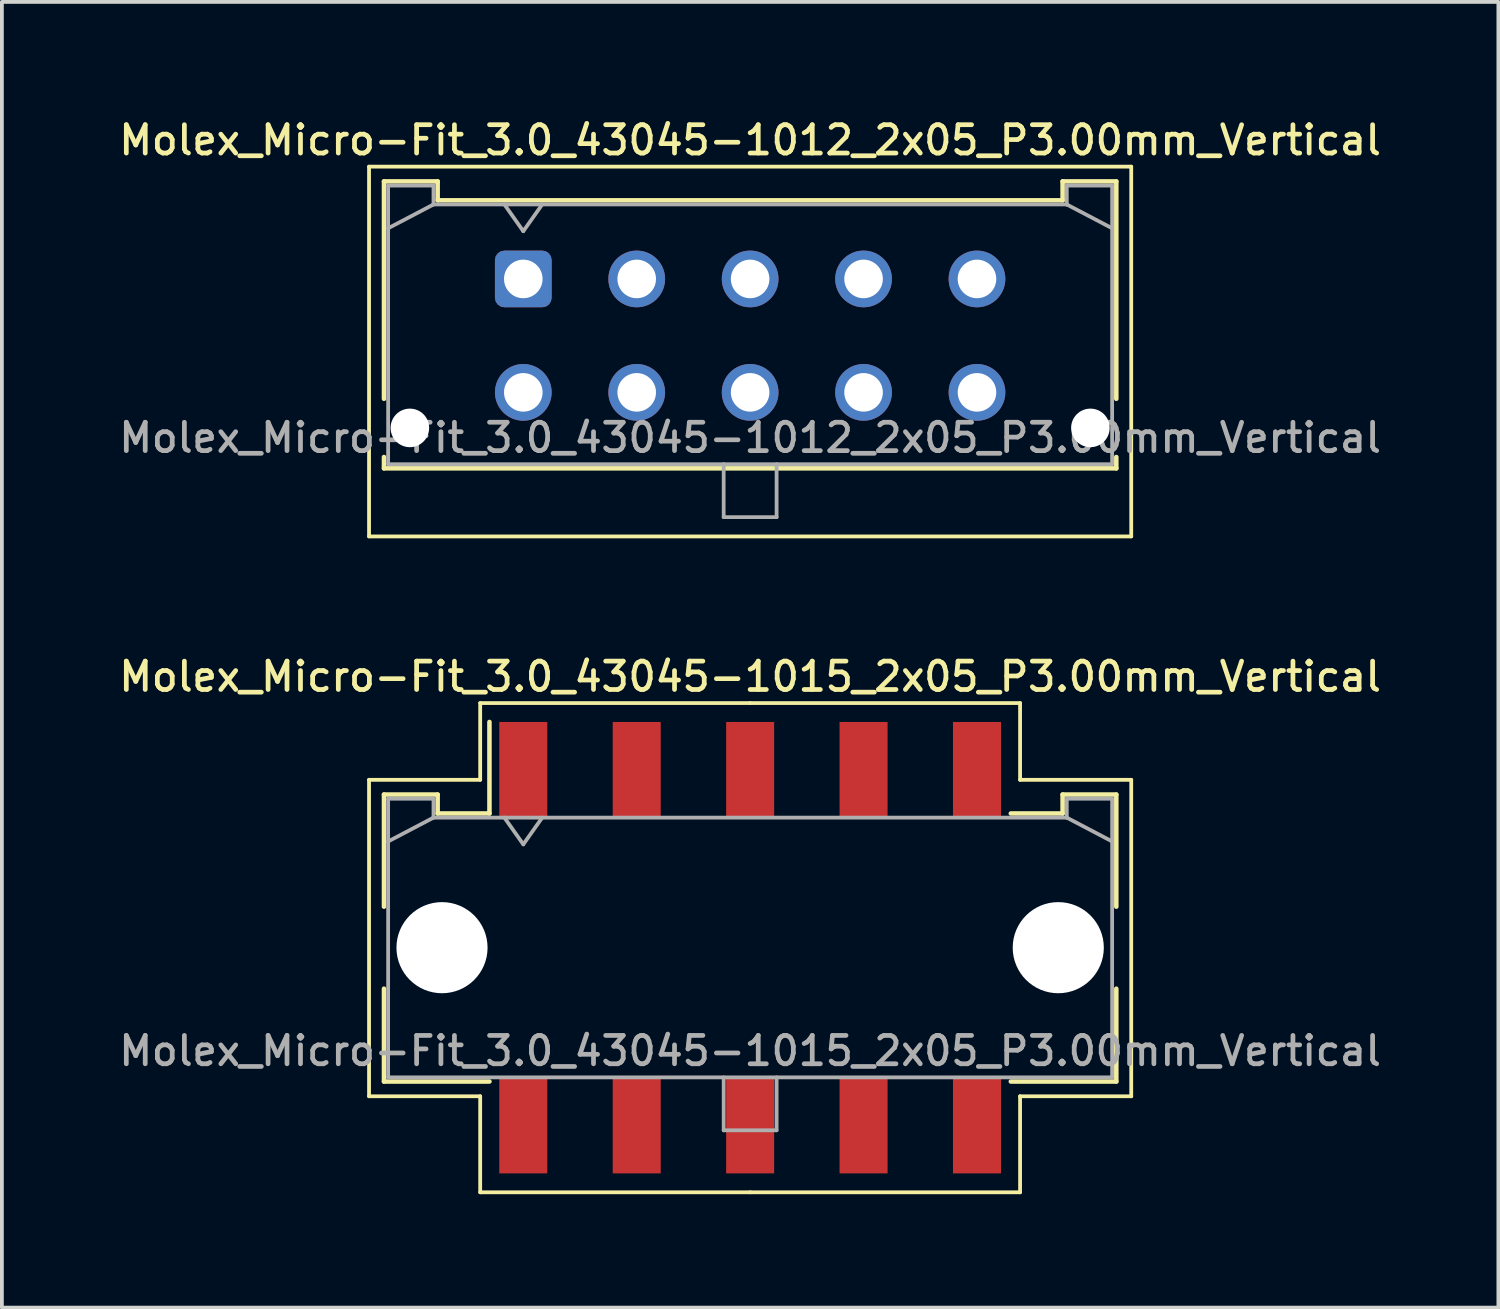
<source format=kicad_pcb>
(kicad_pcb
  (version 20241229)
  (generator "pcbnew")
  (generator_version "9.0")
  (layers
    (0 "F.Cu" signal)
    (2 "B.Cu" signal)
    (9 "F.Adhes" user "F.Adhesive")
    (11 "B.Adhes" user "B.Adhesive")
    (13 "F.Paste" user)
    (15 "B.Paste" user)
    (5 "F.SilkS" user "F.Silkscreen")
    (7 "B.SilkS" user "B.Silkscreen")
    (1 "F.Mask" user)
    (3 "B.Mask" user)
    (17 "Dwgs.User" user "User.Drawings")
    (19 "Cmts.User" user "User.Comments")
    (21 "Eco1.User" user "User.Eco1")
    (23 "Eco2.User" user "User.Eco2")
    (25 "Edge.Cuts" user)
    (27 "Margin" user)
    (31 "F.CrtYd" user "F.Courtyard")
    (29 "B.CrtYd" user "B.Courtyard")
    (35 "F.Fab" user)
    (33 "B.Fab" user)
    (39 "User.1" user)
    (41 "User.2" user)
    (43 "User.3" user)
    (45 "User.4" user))
  (footprint "Molex_Micro-Fit_3.0_43045-1015_2x05_P3.00mm_Vertical"
    (layer "F.Cu")
    (at 16.791 22.016)
    (property "Reference" "Molex_Micro-Fit_3.0_43045-1015_2x05_P3.00mm_Vertical" (at 0 -7.17 0) (layer "F.SilkS") (effects (font (size 0.75 0.75) (thickness 0.125))))
    (attr smd)
    (fp_line (start -10.08 -4.44) (end -10.08 3.93) (stroke (width 0.1) (type solid)) (layer "F.SilkS"))
    (fp_line (start -10.08 3.93) (end -7.14 3.93) (stroke (width 0.1) (type solid)) (layer "F.SilkS"))
    (fp_line (start -9.685 -4.05) (end -8.265 -4.05) (stroke (width 0.12) (type solid)) (layer "F.SilkS"))
    (fp_line (start -9.685 -1.085) (end -9.685 -4.05) (stroke (width 0.12) (type solid)) (layer "F.SilkS"))
    (fp_line (start -9.685 1.085) (end -9.685 3.54) (stroke (width 0.12) (type solid)) (layer "F.SilkS"))
    (fp_line (start -9.685 3.54) (end -6.895 3.54) (stroke (width 0.12) (type solid)) (layer "F.SilkS"))
    (fp_line (start -8.265 -4.05) (end -8.265 -3.55) (stroke (width 0.12) (type solid)) (layer "F.SilkS"))
    (fp_line (start -8.265 -3.55) (end -6.895 -3.55) (stroke (width 0.12) (type solid)) (layer "F.SilkS"))
    (fp_line (start -7.14 -6.47) (end -7.14 -4.44) (stroke (width 0.1) (type solid)) (layer "F.SilkS"))
    (fp_line (start -7.14 -4.44) (end -10.08 -4.44) (stroke (width 0.1) (type solid)) (layer "F.SilkS"))
    (fp_line (start -7.14 3.93) (end -7.14 6.47) (stroke (width 0.1) (type solid)) (layer "F.SilkS"))
    (fp_line (start -7.14 6.47) (end 0 6.47) (stroke (width 0.1) (type solid)) (layer "F.SilkS"))
    (fp_line (start -6.895 -3.55) (end -6.895 -5.97) (stroke (width 0.12) (type solid)) (layer "F.SilkS"))
    (fp_line (start 0 -6.47) (end -7.14 -6.47) (stroke (width 0.1) (type solid)) (layer "F.SilkS"))
    (fp_line (start 0 -6.47) (end 7.14 -6.47) (stroke (width 0.1) (type solid)) (layer "F.SilkS"))
    (fp_line (start 7.14 -6.47) (end 7.14 -4.44) (stroke (width 0.1) (type solid)) (layer "F.SilkS"))
    (fp_line (start 7.14 -4.44) (end 10.08 -4.44) (stroke (width 0.1) (type solid)) (layer "F.SilkS"))
    (fp_line (start 7.14 3.93) (end 7.14 6.47) (stroke (width 0.1) (type solid)) (layer "F.SilkS"))
    (fp_line (start 7.14 6.47) (end 0 6.47) (stroke (width 0.1) (type solid)) (layer "F.SilkS"))
    (fp_line (start 8.265 -4.05) (end 8.265 -3.55) (stroke (width 0.12) (type solid)) (layer "F.SilkS"))
    (fp_line (start 8.265 -3.55) (end 6.895 -3.55) (stroke (width 0.12) (type solid)) (layer "F.SilkS"))
    (fp_line (start 9.685 -4.05) (end 8.265 -4.05) (stroke (width 0.12) (type solid)) (layer "F.SilkS"))
    (fp_line (start 9.685 -1.085) (end 9.685 -4.05) (stroke (width 0.12) (type solid)) (layer "F.SilkS"))
    (fp_line (start 9.685 1.085) (end 9.685 3.54) (stroke (width 0.12) (type solid)) (layer "F.SilkS"))
    (fp_line (start 9.685 3.54) (end 6.895 3.54) (stroke (width 0.12) (type solid)) (layer "F.SilkS"))
    (fp_line (start 10.08 -4.44) (end 10.08 3.93) (stroke (width 0.1) (type solid)) (layer "F.SilkS"))
    (fp_line (start 10.08 3.93) (end 7.14 3.93) (stroke (width 0.1) (type solid)) (layer "F.SilkS"))
    (fp_line (start -9.575 -3.94) (end -9.575 3.43) (stroke (width 0.1) (type solid)) (layer "F.Fab"))
    (fp_line (start -9.575 -2.81) (end -8.375 -3.44) (stroke (width 0.1) (type solid)) (layer "F.Fab"))
    (fp_line (start -9.575 3.43) (end 9.575 3.43) (stroke (width 0.1) (type solid)) (layer "F.Fab"))
    (fp_line (start -8.375 -3.94) (end -9.575 -3.94) (stroke (width 0.1) (type solid)) (layer "F.Fab"))
    (fp_line (start -8.375 -3.44) (end -8.375 -3.94) (stroke (width 0.1) (type solid)) (layer "F.Fab"))
    (fp_line (start -6.5 -3.44) (end -6 -2.733) (stroke (width 0.1) (type solid)) (layer "F.Fab"))
    (fp_line (start -6 -2.733) (end -5.5 -3.44) (stroke (width 0.1) (type solid)) (layer "F.Fab"))
    (fp_line (start -0.7 3.43) (end -0.7 4.83) (stroke (width 0.1) (type solid)) (layer "F.Fab"))
    (fp_line (start -0.7 4.83) (end 0.7 4.83) (stroke (width 0.1) (type solid)) (layer "F.Fab"))
    (fp_line (start 0.7 4.83) (end 0.7 3.43) (stroke (width 0.1) (type solid)) (layer "F.Fab"))
    (fp_line (start 8.375 -3.94) (end 8.375 -3.44) (stroke (width 0.1) (type solid)) (layer "F.Fab"))
    (fp_line (start 8.375 -3.44) (end -8.375 -3.44) (stroke (width 0.1) (type solid)) (layer "F.Fab"))
    (fp_line (start 9.575 -3.94) (end 8.375 -3.94) (stroke (width 0.1) (type solid)) (layer "F.Fab"))
    (fp_line (start 9.575 -2.81) (end 8.375 -3.44) (stroke (width 0.1) (type solid)) (layer "F.Fab"))
    (fp_line (start 9.575 3.43) (end 9.575 -3.94) (stroke (width 0.1) (type solid)) (layer "F.Fab"))
    (fp_text user "${REFERENCE}" (at 0 2.73 0) (layer "F.Fab") (effects (font (size 0.75 0.75) (thickness 0.125))))
    (pad "" np_thru_hole circle (at -8.15 0) (size 2.41 2.41) (drill 2.41) (layers "*.Cu" "*.Mask"))
    (pad "" np_thru_hole circle (at 8.15 0) (size 2.41 2.41) (drill 2.41) (layers "*.Cu" "*.Mask"))
    (pad "1" smd rect (at -6 -4.7) (size 1.27 2.54) (layers "F.Cu" "F.Mask" "F.Paste"))
    (pad "2" smd rect (at -3 -4.7) (size 1.27 2.54) (layers "F.Cu" "F.Mask" "F.Paste"))
    (pad "3" smd rect (at 0 -4.7) (size 1.27 2.54) (layers "F.Cu" "F.Mask" "F.Paste"))
    (pad "4" smd rect (at 3 -4.7) (size 1.27 2.54) (layers "F.Cu" "F.Mask" "F.Paste"))
    (pad "5" smd rect (at 6 -4.7) (size 1.27 2.54) (layers "F.Cu" "F.Mask" "F.Paste"))
    (pad "6" smd rect (at -6 4.7) (size 1.27 2.54) (layers "F.Cu" "F.Mask" "F.Paste"))
    (pad "7" smd rect (at -3 4.7) (size 1.27 2.54) (layers "F.Cu" "F.Mask" "F.Paste"))
    (pad "8" smd rect (at 0 4.7) (size 1.27 2.54) (layers "F.Cu" "F.Mask" "F.Paste"))
    (pad "9" smd rect (at 3 4.7) (size 1.27 2.54) (layers "F.Cu" "F.Mask" "F.Paste"))
    (pad "10" smd rect (at 6 4.7) (size 1.27 2.54) (layers "F.Cu" "F.Mask" "F.Paste")))
  (footprint "Molex_Micro-Fit_3.0_43045-1012_2x05_P3.00mm_Vertical"
    (layer "F.Cu")
    (at 10.791 4.328)
    (property "Reference" "Molex_Micro-Fit_3.0_43045-1012_2x05_P3.00mm_Vertical" (at 6 -3.67 0) (layer "F.SilkS") (effects (font (size 0.75 0.75) (thickness 0.125))))
    (attr through_hole)
    (fp_line (start -4.08 -2.97) (end 16.08 -2.97) (stroke (width 0.1) (type solid)) (layer "F.SilkS"))
    (fp_line (start -4.08 6.81) (end -4.08 -2.97) (stroke (width 0.1) (type solid)) (layer "F.SilkS"))
    (fp_line (start -3.685 -2.58) (end -2.265 -2.58) (stroke (width 0.12) (type solid)) (layer "F.SilkS"))
    (fp_line (start -3.685 3.17) (end -3.685 -2.58) (stroke (width 0.12) (type solid)) (layer "F.SilkS"))
    (fp_line (start -3.685 4.71) (end -3.685 5.01) (stroke (width 0.12) (type solid)) (layer "F.SilkS"))
    (fp_line (start -3.685 5.01) (end 15.685 5.01) (stroke (width 0.12) (type solid)) (layer "F.SilkS"))
    (fp_line (start -2.265 -2.58) (end -2.265 -2.08) (stroke (width 0.12) (type solid)) (layer "F.SilkS"))
    (fp_line (start -2.265 -2.08) (end 14.265 -2.08) (stroke (width 0.12) (type solid)) (layer "F.SilkS"))
    (fp_line (start 14.265 -2.58) (end 15.685 -2.58) (stroke (width 0.12) (type solid)) (layer "F.SilkS"))
    (fp_line (start 14.265 -2.08) (end 14.265 -2.58) (stroke (width 0.12) (type solid)) (layer "F.SilkS"))
    (fp_line (start 15.685 -2.58) (end 15.685 3.17) (stroke (width 0.12) (type solid)) (layer "F.SilkS"))
    (fp_line (start 15.685 5.01) (end 15.685 4.71) (stroke (width 0.12) (type solid)) (layer "F.SilkS"))
    (fp_line (start 16.08 -2.97) (end 16.08 6.81) (stroke (width 0.1) (type solid)) (layer "F.SilkS"))
    (fp_line (start 16.08 6.81) (end -4.08 6.81) (stroke (width 0.1) (type solid)) (layer "F.SilkS"))
    (fp_line (start -3.575 -2.47) (end -3.575 4.9) (stroke (width 0.1) (type solid)) (layer "F.Fab"))
    (fp_line (start -3.575 -1.34) (end -2.375 -1.97) (stroke (width 0.1) (type solid)) (layer "F.Fab"))
    (fp_line (start -3.575 4.9) (end 15.575 4.9) (stroke (width 0.1) (type solid)) (layer "F.Fab"))
    (fp_line (start -2.375 -2.47) (end -3.575 -2.47) (stroke (width 0.1) (type solid)) (layer "F.Fab"))
    (fp_line (start -2.375 -1.97) (end -2.375 -2.47) (stroke (width 0.1) (type solid)) (layer "F.Fab"))
    (fp_line (start -0.5 -1.97) (end 0 -1.263) (stroke (width 0.1) (type solid)) (layer "F.Fab"))
    (fp_line (start 0 -1.263) (end 0.5 -1.97) (stroke (width 0.1) (type solid)) (layer "F.Fab"))
    (fp_line (start 5.3 4.9) (end 5.3 6.3) (stroke (width 0.1) (type solid)) (layer "F.Fab"))
    (fp_line (start 5.3 6.3) (end 6.7 6.3) (stroke (width 0.1) (type solid)) (layer "F.Fab"))
    (fp_line (start 6.7 6.3) (end 6.7 4.9) (stroke (width 0.1) (type solid)) (layer "F.Fab"))
    (fp_line (start 14.375 -2.47) (end 14.375 -1.97) (stroke (width 0.1) (type solid)) (layer "F.Fab"))
    (fp_line (start 14.375 -1.97) (end -2.375 -1.97) (stroke (width 0.1) (type solid)) (layer "F.Fab"))
    (fp_line (start 15.575 -2.47) (end 14.375 -2.47) (stroke (width 0.1) (type solid)) (layer "F.Fab"))
    (fp_line (start 15.575 -1.34) (end 14.375 -1.97) (stroke (width 0.1) (type solid)) (layer "F.Fab"))
    (fp_line (start 15.575 4.9) (end 15.575 -2.47) (stroke (width 0.1) (type solid)) (layer "F.Fab"))
    (fp_text user "${REFERENCE}" (at 6 4.2 0) (layer "F.Fab") (effects (font (size 0.75 0.75) (thickness 0.125))))
    (pad "" np_thru_hole circle (at -3 3.94) (size 1.02 1.02) (drill 1.02) (layers "*.Cu" "*.Mask"))
    (pad "" np_thru_hole circle (at 15 3.94) (size 1.02 1.02) (drill 1.02) (layers "*.Cu" "*.Mask"))
    (pad "1" thru_hole roundrect (at 0 0) (size 1.5 1.5) (drill 1.02) (layers "*.Cu" "*.Mask") (roundrect_rratio 0.167))
    (pad "2" thru_hole circle (at 3 0) (size 1.5 1.5) (drill 1.02) (layers "*.Cu" "*.Mask"))
    (pad "3" thru_hole circle (at 6 0) (size 1.5 1.5) (drill 1.02) (layers "*.Cu" "*.Mask"))
    (pad "4" thru_hole circle (at 9 0) (size 1.5 1.5) (drill 1.02) (layers "*.Cu" "*.Mask"))
    (pad "5" thru_hole circle (at 12 0) (size 1.5 1.5) (drill 1.02) (layers "*.Cu" "*.Mask"))
    (pad "6" thru_hole circle (at 0 3) (size 1.5 1.5) (drill 1.02) (layers "*.Cu" "*.Mask"))
    (pad "7" thru_hole circle (at 3 3) (size 1.5 1.5) (drill 1.02) (layers "*.Cu" "*.Mask"))
    (pad "8" thru_hole circle (at 6 3) (size 1.5 1.5) (drill 1.02) (layers "*.Cu" "*.Mask"))
    (pad "9" thru_hole circle (at 9 3) (size 1.5 1.5) (drill 1.02) (layers "*.Cu" "*.Mask"))
    (pad "10" thru_hole circle (at 12 3) (size 1.5 1.5) (drill 1.02) (layers "*.Cu" "*.Mask")))
  (gr_rect
    (start -3 -3)
    (end 36.582 31.536)
    (stroke (width 0.1) (type default))
    (fill no)
    (layer "Edge.Cuts")))
</source>
